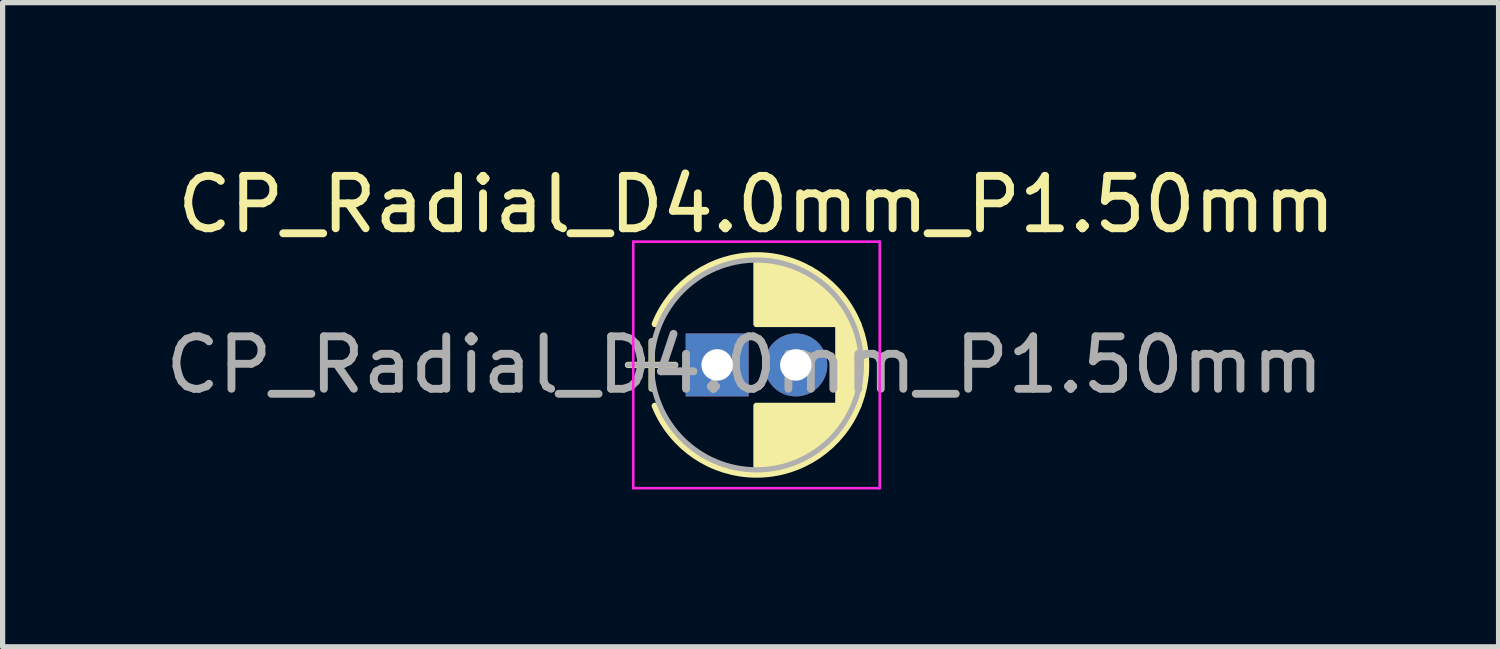
<source format=kicad_pcb>
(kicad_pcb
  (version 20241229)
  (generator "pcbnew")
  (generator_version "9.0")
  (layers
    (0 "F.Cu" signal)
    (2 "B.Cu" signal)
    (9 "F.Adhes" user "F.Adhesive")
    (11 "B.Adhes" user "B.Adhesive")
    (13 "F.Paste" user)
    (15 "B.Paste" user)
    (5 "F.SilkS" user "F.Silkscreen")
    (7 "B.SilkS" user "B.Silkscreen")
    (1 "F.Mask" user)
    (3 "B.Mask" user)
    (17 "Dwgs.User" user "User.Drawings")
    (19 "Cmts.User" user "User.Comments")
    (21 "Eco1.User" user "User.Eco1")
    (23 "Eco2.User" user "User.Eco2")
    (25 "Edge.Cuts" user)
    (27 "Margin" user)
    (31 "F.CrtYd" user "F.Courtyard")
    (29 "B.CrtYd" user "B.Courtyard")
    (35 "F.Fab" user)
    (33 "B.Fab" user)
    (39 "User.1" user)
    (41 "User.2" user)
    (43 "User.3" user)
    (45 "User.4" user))
  (footprint "CP_Radial_D4.0mm_P1.50mm"
    (layer "F.Cu")
    (at 10.624 3.908)
    (property "Reference" "CP_Radial_D4.0mm_P1.50mm" (at 0.75 -3.06 0) (layer "F.SilkS") (effects (font (size 1 1) (thickness 0.15))))
    (attr through_hole)
    (fp_line (start -1.7 0) (end -0.8 0) (stroke (width 0.12) (type solid)) (layer "F.SilkS"))
    (fp_line (start -1.25 -0.45) (end -1.25 0.45) (stroke (width 0.12) (type solid)) (layer "F.SilkS"))
    (fp_line (start 0.75 -2.05) (end 0.75 -0.78) (stroke (width 0.12) (type solid)) (layer "F.SilkS"))
    (fp_line (start 0.75 0.78) (end 0.75 2.05) (stroke (width 0.12) (type solid)) (layer "F.SilkS"))
    (fp_line (start 0.79 -2.05) (end 0.79 -0.78) (stroke (width 0.12) (type solid)) (layer "F.SilkS"))
    (fp_line (start 0.79 0.78) (end 0.79 2.05) (stroke (width 0.12) (type solid)) (layer "F.SilkS"))
    (fp_line (start 0.83 -2.049) (end 0.83 -0.78) (stroke (width 0.12) (type solid)) (layer "F.SilkS"))
    (fp_line (start 0.83 0.78) (end 0.83 2.049) (stroke (width 0.12) (type solid)) (layer "F.SilkS"))
    (fp_line (start 0.87 -2.047) (end 0.87 -0.78) (stroke (width 0.12) (type solid)) (layer "F.SilkS"))
    (fp_line (start 0.87 0.78) (end 0.87 2.047) (stroke (width 0.12) (type solid)) (layer "F.SilkS"))
    (fp_line (start 0.91 -2.044) (end 0.91 -0.78) (stroke (width 0.12) (type solid)) (layer "F.SilkS"))
    (fp_line (start 0.91 0.78) (end 0.91 2.044) (stroke (width 0.12) (type solid)) (layer "F.SilkS"))
    (fp_line (start 0.95 -2.041) (end 0.95 -0.78) (stroke (width 0.12) (type solid)) (layer "F.SilkS"))
    (fp_line (start 0.95 0.78) (end 0.95 2.041) (stroke (width 0.12) (type solid)) (layer "F.SilkS"))
    (fp_line (start 0.99 -2.037) (end 0.99 -0.78) (stroke (width 0.12) (type solid)) (layer "F.SilkS"))
    (fp_line (start 0.99 0.78) (end 0.99 2.037) (stroke (width 0.12) (type solid)) (layer "F.SilkS"))
    (fp_line (start 1.03 -2.032) (end 1.03 -0.78) (stroke (width 0.12) (type solid)) (layer "F.SilkS"))
    (fp_line (start 1.03 0.78) (end 1.03 2.032) (stroke (width 0.12) (type solid)) (layer "F.SilkS"))
    (fp_line (start 1.07 -2.026) (end 1.07 -0.78) (stroke (width 0.12) (type solid)) (layer "F.SilkS"))
    (fp_line (start 1.07 0.78) (end 1.07 2.026) (stroke (width 0.12) (type solid)) (layer "F.SilkS"))
    (fp_line (start 1.11 -2.019) (end 1.11 -0.78) (stroke (width 0.12) (type solid)) (layer "F.SilkS"))
    (fp_line (start 1.11 0.78) (end 1.11 2.019) (stroke (width 0.12) (type solid)) (layer "F.SilkS"))
    (fp_line (start 1.15 -2.012) (end 1.15 -0.78) (stroke (width 0.12) (type solid)) (layer "F.SilkS"))
    (fp_line (start 1.15 0.78) (end 1.15 2.012) (stroke (width 0.12) (type solid)) (layer "F.SilkS"))
    (fp_line (start 1.19 -2.004) (end 1.19 -0.78) (stroke (width 0.12) (type solid)) (layer "F.SilkS"))
    (fp_line (start 1.19 0.78) (end 1.19 2.004) (stroke (width 0.12) (type solid)) (layer "F.SilkS"))
    (fp_line (start 1.23 -1.995) (end 1.23 -0.78) (stroke (width 0.12) (type solid)) (layer "F.SilkS"))
    (fp_line (start 1.23 0.78) (end 1.23 1.995) (stroke (width 0.12) (type solid)) (layer "F.SilkS"))
    (fp_line (start 1.27 -1.985) (end 1.27 -0.78) (stroke (width 0.12) (type solid)) (layer "F.SilkS"))
    (fp_line (start 1.27 0.78) (end 1.27 1.985) (stroke (width 0.12) (type solid)) (layer "F.SilkS"))
    (fp_line (start 1.31 -1.974) (end 1.31 -0.78) (stroke (width 0.12) (type solid)) (layer "F.SilkS"))
    (fp_line (start 1.31 0.78) (end 1.31 1.974) (stroke (width 0.12) (type solid)) (layer "F.SilkS"))
    (fp_line (start 1.35 -1.963) (end 1.35 -0.78) (stroke (width 0.12) (type solid)) (layer "F.SilkS"))
    (fp_line (start 1.35 0.78) (end 1.35 1.963) (stroke (width 0.12) (type solid)) (layer "F.SilkS"))
    (fp_line (start 1.39 -1.95) (end 1.39 -0.78) (stroke (width 0.12) (type solid)) (layer "F.SilkS"))
    (fp_line (start 1.39 0.78) (end 1.39 1.95) (stroke (width 0.12) (type solid)) (layer "F.SilkS"))
    (fp_line (start 1.43 -1.937) (end 1.43 -0.78) (stroke (width 0.12) (type solid)) (layer "F.SilkS"))
    (fp_line (start 1.43 0.78) (end 1.43 1.937) (stroke (width 0.12) (type solid)) (layer "F.SilkS"))
    (fp_line (start 1.471 -1.923) (end 1.471 -0.78) (stroke (width 0.12) (type solid)) (layer "F.SilkS"))
    (fp_line (start 1.471 0.78) (end 1.471 1.923) (stroke (width 0.12) (type solid)) (layer "F.SilkS"))
    (fp_line (start 1.511 -1.907) (end 1.511 -0.78) (stroke (width 0.12) (type solid)) (layer "F.SilkS"))
    (fp_line (start 1.511 0.78) (end 1.511 1.907) (stroke (width 0.12) (type solid)) (layer "F.SilkS"))
    (fp_line (start 1.551 -1.891) (end 1.551 -0.78) (stroke (width 0.12) (type solid)) (layer "F.SilkS"))
    (fp_line (start 1.551 0.78) (end 1.551 1.891) (stroke (width 0.12) (type solid)) (layer "F.SilkS"))
    (fp_line (start 1.591 -1.874) (end 1.591 -0.78) (stroke (width 0.12) (type solid)) (layer "F.SilkS"))
    (fp_line (start 1.591 0.78) (end 1.591 1.874) (stroke (width 0.12) (type solid)) (layer "F.SilkS"))
    (fp_line (start 1.631 -1.856) (end 1.631 -0.78) (stroke (width 0.12) (type solid)) (layer "F.SilkS"))
    (fp_line (start 1.631 0.78) (end 1.631 1.856) (stroke (width 0.12) (type solid)) (layer "F.SilkS"))
    (fp_line (start 1.671 -1.837) (end 1.671 -0.78) (stroke (width 0.12) (type solid)) (layer "F.SilkS"))
    (fp_line (start 1.671 0.78) (end 1.671 1.837) (stroke (width 0.12) (type solid)) (layer "F.SilkS"))
    (fp_line (start 1.711 -1.817) (end 1.711 -0.78) (stroke (width 0.12) (type solid)) (layer "F.SilkS"))
    (fp_line (start 1.711 0.78) (end 1.711 1.817) (stroke (width 0.12) (type solid)) (layer "F.SilkS"))
    (fp_line (start 1.751 -1.796) (end 1.751 -0.78) (stroke (width 0.12) (type solid)) (layer "F.SilkS"))
    (fp_line (start 1.751 0.78) (end 1.751 1.796) (stroke (width 0.12) (type solid)) (layer "F.SilkS"))
    (fp_line (start 1.791 -1.773) (end 1.791 -0.78) (stroke (width 0.12) (type solid)) (layer "F.SilkS"))
    (fp_line (start 1.791 0.78) (end 1.791 1.773) (stroke (width 0.12) (type solid)) (layer "F.SilkS"))
    (fp_line (start 1.831 -1.75) (end 1.831 -0.78) (stroke (width 0.12) (type solid)) (layer "F.SilkS"))
    (fp_line (start 1.831 0.78) (end 1.831 1.75) (stroke (width 0.12) (type solid)) (layer "F.SilkS"))
    (fp_line (start 1.871 -1.725) (end 1.871 -0.78) (stroke (width 0.12) (type solid)) (layer "F.SilkS"))
    (fp_line (start 1.871 0.78) (end 1.871 1.725) (stroke (width 0.12) (type solid)) (layer "F.SilkS"))
    (fp_line (start 1.911 -1.699) (end 1.911 -0.78) (stroke (width 0.12) (type solid)) (layer "F.SilkS"))
    (fp_line (start 1.911 0.78) (end 1.911 1.699) (stroke (width 0.12) (type solid)) (layer "F.SilkS"))
    (fp_line (start 1.951 -1.672) (end 1.951 -0.78) (stroke (width 0.12) (type solid)) (layer "F.SilkS"))
    (fp_line (start 1.951 0.78) (end 1.951 1.672) (stroke (width 0.12) (type solid)) (layer "F.SilkS"))
    (fp_line (start 1.991 -1.643) (end 1.991 -0.78) (stroke (width 0.12) (type solid)) (layer "F.SilkS"))
    (fp_line (start 1.991 0.78) (end 1.991 1.643) (stroke (width 0.12) (type solid)) (layer "F.SilkS"))
    (fp_line (start 2.031 -1.613) (end 2.031 -0.78) (stroke (width 0.12) (type solid)) (layer "F.SilkS"))
    (fp_line (start 2.031 0.78) (end 2.031 1.613) (stroke (width 0.12) (type solid)) (layer "F.SilkS"))
    (fp_line (start 2.071 -1.581) (end 2.071 -0.78) (stroke (width 0.12) (type solid)) (layer "F.SilkS"))
    (fp_line (start 2.071 0.78) (end 2.071 1.581) (stroke (width 0.12) (type solid)) (layer "F.SilkS"))
    (fp_line (start 2.111 -1.547) (end 2.111 -0.78) (stroke (width 0.12) (type solid)) (layer "F.SilkS"))
    (fp_line (start 2.111 0.78) (end 2.111 1.547) (stroke (width 0.12) (type solid)) (layer "F.SilkS"))
    (fp_line (start 2.151 -1.512) (end 2.151 -0.78) (stroke (width 0.12) (type solid)) (layer "F.SilkS"))
    (fp_line (start 2.151 0.78) (end 2.151 1.512) (stroke (width 0.12) (type solid)) (layer "F.SilkS"))
    (fp_line (start 2.191 -1.475) (end 2.191 -0.78) (stroke (width 0.12) (type solid)) (layer "F.SilkS"))
    (fp_line (start 2.191 0.78) (end 2.191 1.475) (stroke (width 0.12) (type solid)) (layer "F.SilkS"))
    (fp_line (start 2.231 -1.436) (end 2.231 -0.78) (stroke (width 0.12) (type solid)) (layer "F.SilkS"))
    (fp_line (start 2.231 0.78) (end 2.231 1.436) (stroke (width 0.12) (type solid)) (layer "F.SilkS"))
    (fp_line (start 2.271 -1.395) (end 2.271 -0.78) (stroke (width 0.12) (type solid)) (layer "F.SilkS"))
    (fp_line (start 2.271 0.78) (end 2.271 1.395) (stroke (width 0.12) (type solid)) (layer "F.SilkS"))
    (fp_line (start 2.311 -1.351) (end 2.311 1.351) (stroke (width 0.12) (type solid)) (layer "F.SilkS"))
    (fp_line (start 2.351 -1.305) (end 2.351 1.305) (stroke (width 0.12) (type solid)) (layer "F.SilkS"))
    (fp_line (start 2.391 -1.256) (end 2.391 1.256) (stroke (width 0.12) (type solid)) (layer "F.SilkS"))
    (fp_line (start 2.431 -1.204) (end 2.431 1.204) (stroke (width 0.12) (type solid)) (layer "F.SilkS"))
    (fp_line (start 2.471 -1.148) (end 2.471 1.148) (stroke (width 0.12) (type solid)) (layer "F.SilkS"))
    (fp_line (start 2.511 -1.088) (end 2.511 1.088) (stroke (width 0.12) (type solid)) (layer "F.SilkS"))
    (fp_line (start 2.551 -1.023) (end 2.551 1.023) (stroke (width 0.12) (type solid)) (layer "F.SilkS"))
    (fp_line (start 2.591 -0.952) (end 2.591 0.952) (stroke (width 0.12) (type solid)) (layer "F.SilkS"))
    (fp_line (start 2.631 -0.874) (end 2.631 0.874) (stroke (width 0.12) (type solid)) (layer "F.SilkS"))
    (fp_line (start 2.671 -0.786) (end 2.671 0.786) (stroke (width 0.12) (type solid)) (layer "F.SilkS"))
    (fp_line (start 2.711 -0.686) (end 2.711 0.686) (stroke (width 0.12) (type solid)) (layer "F.SilkS"))
    (fp_line (start 2.751 -0.567) (end 2.751 0.567) (stroke (width 0.12) (type solid)) (layer "F.SilkS"))
    (fp_line (start 2.791 -0.415) (end 2.791 0.415) (stroke (width 0.12) (type solid)) (layer "F.SilkS"))
    (fp_line (start 2.831 -0.165) (end 2.831 0.165) (stroke (width 0.12) (type solid)) (layer "F.SilkS"))
    (fp_arc (start -1.188995 -0.78) (mid 0.750491 -2.09) (end 2.689361 -0.779089) (stroke (width 0.12) (type solid)) (layer "F.SilkS"))
    (fp_arc (start 2.688995 -0.78) (mid 2.84 -0.000491) (end 2.689361 0.779089) (stroke (width 0.12) (type solid)) (layer "F.SilkS"))
    (fp_arc (start 2.689361 0.779089) (mid 0.750491 2.09) (end -1.188995 0.78) (stroke (width 0.12) (type solid)) (layer "F.SilkS"))
    (fp_line (start -1.6 -2.35) (end -1.6 2.35) (stroke (width 0.05) (type solid)) (layer "F.CrtYd"))
    (fp_line (start -1.6 2.35) (end 3.1 2.35) (stroke (width 0.05) (type solid)) (layer "F.CrtYd"))
    (fp_line (start 3.1 -2.35) (end -1.6 -2.35) (stroke (width 0.05) (type solid)) (layer "F.CrtYd"))
    (fp_line (start 3.1 2.35) (end 3.1 -2.35) (stroke (width 0.05) (type solid)) (layer "F.CrtYd"))
    (fp_line (start -1.7 0) (end -0.8 0) (stroke (width 0.1) (type solid)) (layer "F.Fab"))
    (fp_line (start -1.25 -0.45) (end -1.25 0.45) (stroke (width 0.1) (type solid)) (layer "F.Fab"))
    (fp_circle (center 0.75 0) (end 2.75 0) (stroke (width 0.1) (type solid)) (fill no) (layer "F.Fab"))
    (fp_text user "${REFERENCE}" (at 0.525 0 0) (layer "F.Fab") (effects (font (size 1 1) (thickness 0.15))))
    (pad "1" thru_hole rect (at 0 0) (size 1.2 1.2) (drill 0.6) (layers "*.Cu" "*.Mask"))
    (pad "2" thru_hole circle (at 1.5 0) (size 1.2 1.2) (drill 0.6) (layers "*.Cu" "*.Mask")))
  (gr_rect
    (start -3 -3)
    (end 25.523 9.283)
    (stroke (width 0.1) (type default))
    (fill no)
    (layer "Edge.Cuts")))
</source>
